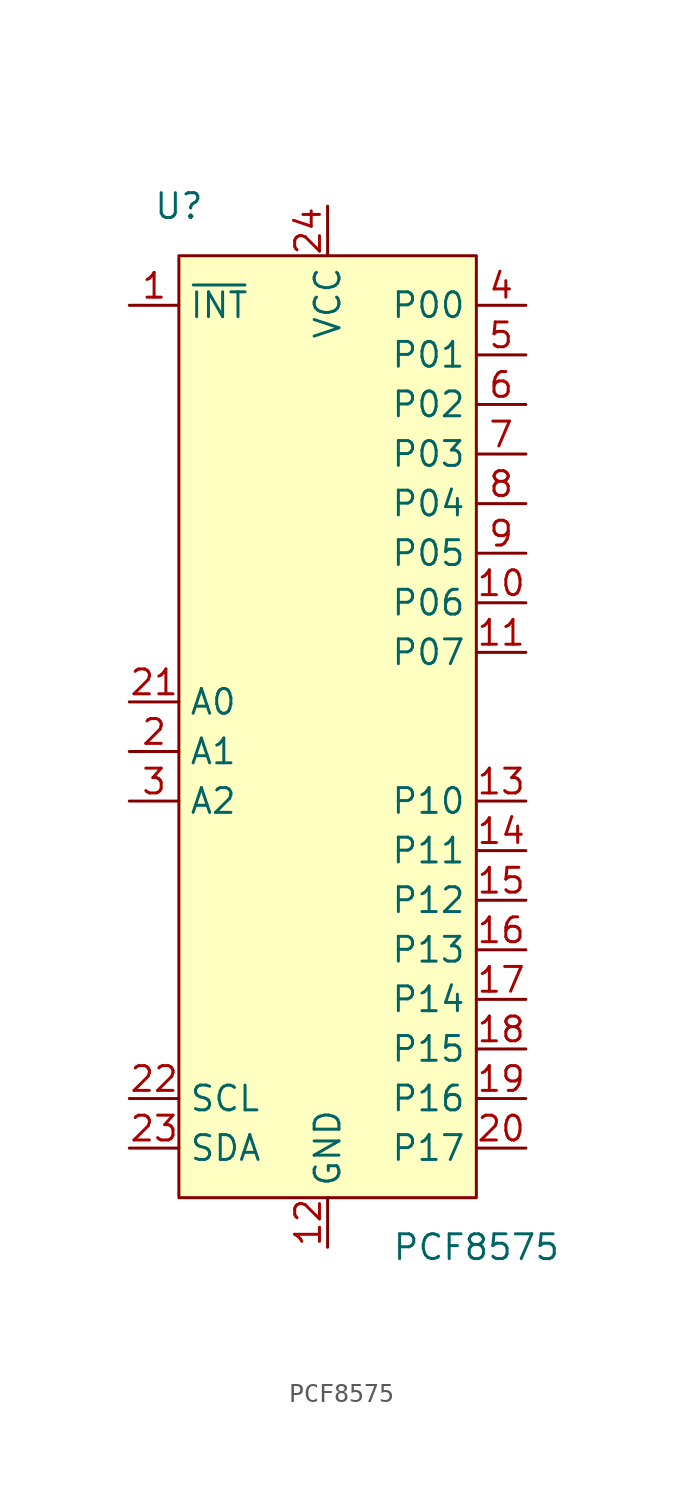
<source format=kicad_sym>
(kicad_symbol_lib
  (version 20211014)
  (generator kicad_symbol_editor)
  (symbol "PCF8575"
    (property "Reference" "U"
      (at -7.62 27.94 0)
      (effects (font (size 1.27 1.27))))
    (property "Value" "PCF8575"
      (at 7.62 -25.4 0)
      (effects (font (size 1.27 1.27))))
    (symbol "PCF8575_0_0"
      (pin input line (at 10.16 7.62 180) (length 2.54) (name "P06" (effects (font (size 1.27 1.27)))) (number "10" (effects (font (size 1.27 1.27)))))
      (pin input line (at 10.16 5.08 180) (length 2.54) (name "P07" (effects (font (size 1.27 1.27)))) (number "11" (effects (font (size 1.27 1.27)))))
      (pin input line (at 10.16 -2.54 180) (length 2.54) (name "P10" (effects (font (size 1.27 1.27)))) (number "13" (effects (font (size 1.27 1.27)))))
      (pin input line (at 10.16 -5.08 180) (length 2.54) (name "P11" (effects (font (size 1.27 1.27)))) (number "14" (effects (font (size 1.27 1.27)))))
      (pin input line (at 10.16 -10.16 180) (length 2.54) (name "P13" (effects (font (size 1.27 1.27)))) (number "16" (effects (font (size 1.27 1.27)))))
      (pin input line (at 10.16 -12.7 180) (length 2.54) (name "P14" (effects (font (size 1.27 1.27)))) (number "17" (effects (font (size 1.27 1.27)))))
      (pin input line (at 10.16 -15.24 180) (length 2.54) (name "P15" (effects (font (size 1.27 1.27)))) (number "18" (effects (font (size 1.27 1.27)))))
      (pin input line (at 10.16 -17.78 180) (length 2.54) (name "P16" (effects (font (size 1.27 1.27)))) (number "19" (effects (font (size 1.27 1.27)))))
      (pin input line (at 10.16 -20.32 180) (length 2.54) (name "P17" (effects (font (size 1.27 1.27)))) (number "20" (effects (font (size 1.27 1.27)))))
      (pin input line (at 10.16 20.32 180) (length 2.54) (name "P01" (effects (font (size 1.27 1.27)))) (number "5" (effects (font (size 1.27 1.27)))))
      (pin input line (at 10.16 17.78 180) (length 2.54) (name "P02" (effects (font (size 1.27 1.27)))) (number "6" (effects (font (size 1.27 1.27)))))
      (pin input line (at 10.16 15.24 180) (length 2.54) (name "P03" (effects (font (size 1.27 1.27)))) (number "7" (effects (font (size 1.27 1.27)))))
      (pin input line (at 10.16 10.16 180) (length 2.54) (name "P05" (effects (font (size 1.27 1.27)))) (number "9" (effects (font (size 1.27 1.27))))))
    (symbol "PCF8575_0_1"
      (rectangle (start -7.62 25.4) (end 7.62 -22.86) (stroke (width 0) (type default) (color 0 0 0 0)) (fill (type background))))
    (symbol "PCF8575_1_1"
      (pin input line (at -10.16 22.86 0) (length 2.54) (name "~{INT}" (effects (font (size 1.27 1.27)))) (number "1" (effects (font (size 1.27 1.27)))))
      (pin input line (at 0 -25.4 90) (length 2.54) (name "GND" (effects (font (size 1.27 1.27)))) (number "12" (effects (font (size 1.27 1.27)))))
      (pin input line (at 10.16 -7.62 180) (length 2.54) (name "P12" (effects (font (size 1.27 1.27)))) (number "15" (effects (font (size 1.27 1.27)))))
      (pin input line (at -10.16 0 0) (length 2.54) (name "A1" (effects (font (size 1.27 1.27)))) (number "2" (effects (font (size 1.27 1.27)))))
      (pin input line (at -10.16 2.54 0) (length 2.54) (name "A0" (effects (font (size 1.27 1.27)))) (number "21" (effects (font (size 1.27 1.27)))))
      (pin input line (at -10.16 -17.78 0) (length 2.54) (name "SCL" (effects (font (size 1.27 1.27)))) (number "22" (effects (font (size 1.27 1.27)))))
      (pin input line (at -10.16 -20.32 0) (length 2.54) (name "SDA" (effects (font (size 1.27 1.27)))) (number "23" (effects (font (size 1.27 1.27)))))
      (pin input line (at 0 27.94 270) (length 2.54) (name "VCC" (effects (font (size 1.27 1.27)))) (number "24" (effects (font (size 1.27 1.27)))))
      (pin input line (at -10.16 -2.54 0) (length 2.54) (name "A2" (effects (font (size 1.27 1.27)))) (number "3" (effects (font (size 1.27 1.27)))))
      (pin input line (at 10.16 22.86 180) (length 2.54) (name "P00" (effects (font (size 1.27 1.27)))) (number "4" (effects (font (size 1.27 1.27)))))
      (pin input line (at 10.16 12.7 180) (length 2.54) (name "P04" (effects (font (size 1.27 1.27)))) (number "8" (effects (font (size 1.27 1.27))))))))
</source>
